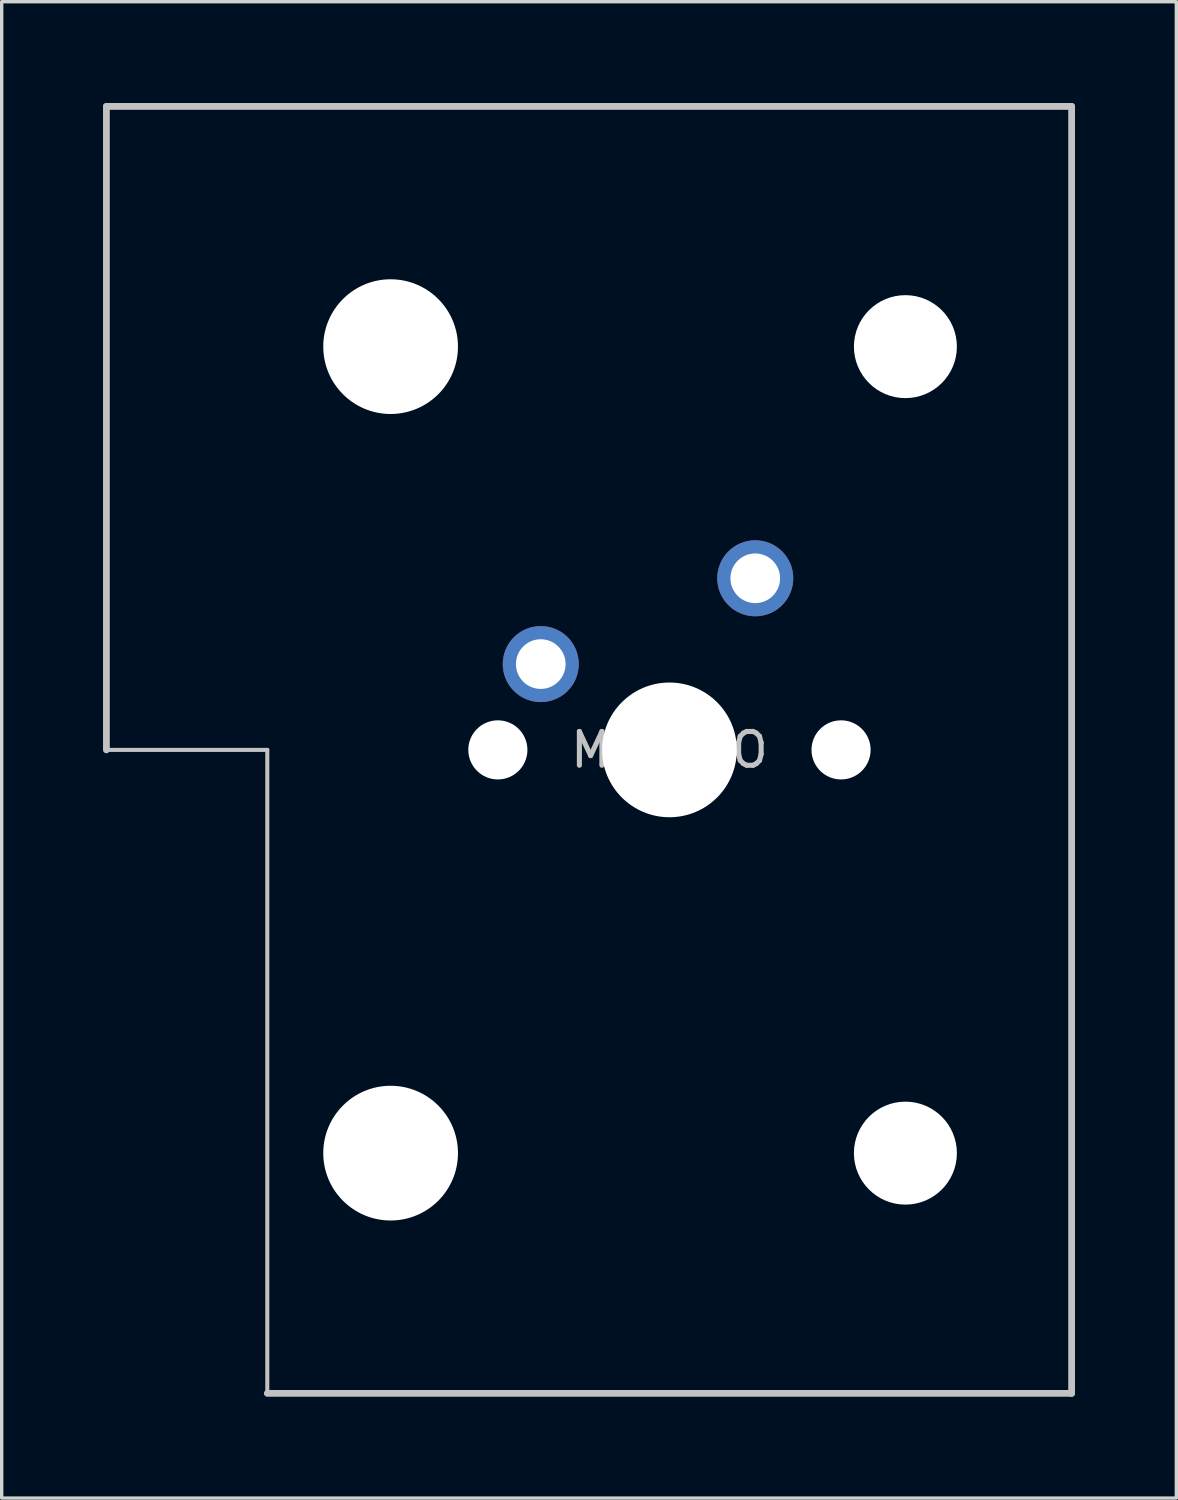
<source format=kicad_pcb>
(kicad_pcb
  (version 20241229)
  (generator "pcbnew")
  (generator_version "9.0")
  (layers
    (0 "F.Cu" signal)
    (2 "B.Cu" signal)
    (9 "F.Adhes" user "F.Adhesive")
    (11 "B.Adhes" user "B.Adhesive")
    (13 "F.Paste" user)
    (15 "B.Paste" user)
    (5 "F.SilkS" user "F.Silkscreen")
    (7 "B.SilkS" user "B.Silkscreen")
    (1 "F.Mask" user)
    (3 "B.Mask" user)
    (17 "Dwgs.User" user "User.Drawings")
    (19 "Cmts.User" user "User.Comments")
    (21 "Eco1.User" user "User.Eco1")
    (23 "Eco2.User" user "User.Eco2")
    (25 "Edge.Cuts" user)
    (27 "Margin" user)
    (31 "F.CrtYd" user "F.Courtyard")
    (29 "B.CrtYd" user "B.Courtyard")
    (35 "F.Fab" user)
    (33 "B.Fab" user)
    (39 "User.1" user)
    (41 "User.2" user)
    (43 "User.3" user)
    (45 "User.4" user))
  (footprint "MX-ISO"
    (layer "F.Cu")
    (at 16.769 19.15)
    (property "Reference" "MX-ISO" (at 0 0 0) (layer "Dwgs.User") (effects (font (size 1 1) (thickness 0.15))))
    (attr through_hole)
    (fp_line (start -16.669 0) (end -16.669 -19.05) (stroke (width 0.2) (type solid)) (layer "Dwgs.User"))
    (fp_line (start -11.906 0) (end -16.669 0) (stroke (width 0.12) (type solid)) (layer "Dwgs.User"))
    (fp_line (start -11.906 19.05) (end -11.906 0) (stroke (width 0.12) (type solid)) (layer "Dwgs.User"))
    (fp_line (start 11.906 -19.05) (end -16.669 -19.05) (stroke (width 0.2) (type solid)) (layer "Dwgs.User"))
    (fp_line (start 11.906 19.05) (end -11.906 19.05) (stroke (width 0.2) (type solid)) (layer "Dwgs.User"))
    (fp_line (start 11.906 19.05) (end 11.906 -19.05) (stroke (width 0.2) (type solid)) (layer "Dwgs.User"))
    (fp_line (start -10.25 -15.368) (end -10.25 15.368) (stroke (width 0.12) (type solid)) (layer "Eco1.User"))
    (fp_line (start -10.25 15.368) (end 8.95 15.368) (stroke (width 0.12) (type solid)) (layer "Eco1.User"))
    (fp_line (start -7 -8.508) (end 8.95 -8.508) (stroke (width 0.12) (type solid)) (layer "Eco1.User"))
    (fp_line (start -7 -7) (end -7 -8.508) (stroke (width 0.12) (type solid)) (layer "Eco1.User"))
    (fp_line (start -7 8.508) (end -7 7) (stroke (width 0.12) (type solid)) (layer "Eco1.User"))
    (fp_line (start 7 -7) (end -7 -7) (stroke (width 0.12) (type solid)) (layer "Eco1.User"))
    (fp_line (start 7 -7) (end 7 7) (stroke (width 0.12) (type solid)) (layer "Eco1.User"))
    (fp_line (start 7 7) (end -7 7) (stroke (width 0.12) (type solid)) (layer "Eco1.User"))
    (fp_line (start 8.95 -15.368) (end -10.25 -15.368) (stroke (width 0.12) (type solid)) (layer "Eco1.User"))
    (fp_line (start 8.95 -8.508) (end 8.95 -15.368) (stroke (width 0.12) (type solid)) (layer "Eco1.User"))
    (fp_line (start 8.95 8.508) (end -7 8.508) (stroke (width 0.12) (type solid)) (layer "Eco1.User"))
    (fp_line (start 8.95 15.368) (end 8.95 8.508) (stroke (width 0.12) (type solid)) (layer "Eco1.User"))
    (fp_circle (center 6.985 -11.938) (end 6.985 -9.438) (stroke (width 0.12) (type solid)) (fill no) (layer "Eco2.User"))
    (fp_circle (center 6.985 11.938) (end 6.985 14.438) (stroke (width 0.12) (type solid)) (fill no) (layer "Eco2.User"))
    (pad "" np_thru_hole circle (at -8.255 -11.938 270) (size 3.988 3.988) (drill 3.988) (layers "*.Cu" "*.Mask"))
    (pad "" np_thru_hole circle (at -8.255 11.938 270) (size 3.988 3.988) (drill 3.988) (layers "*.Cu" "*.Mask"))
    (pad "" np_thru_hole circle (at -5.08 0) (size 1.75 1.75) (drill 1.75) (layers "*.Cu" "*.Mask"))
    (pad "" np_thru_hole circle (at 0 0) (size 3.988 3.988) (drill 3.988) (layers "*.Cu" "*.Mask"))
    (pad "" np_thru_hole circle (at 5.08 0) (size 1.75 1.75) (drill 1.75) (layers "*.Cu" "*.Mask"))
    (pad "" np_thru_hole circle (at 6.985 -11.938 270) (size 3.048 3.048) (drill 3.048) (layers "*.Cu" "*.Mask"))
    (pad "" np_thru_hole circle (at 6.985 11.938 270) (size 3.048 3.048) (drill 3.048) (layers "*.Cu" "*.Mask"))
    (pad "1" thru_hole circle (at 2.54 -5.08) (size 2.25 2.25) (drill 1.47) (layers "*.Cu" "B.Mask"))
    (pad "2" thru_hole circle (at -3.81 -2.54) (size 2.25 2.25) (drill 1.47) (layers "*.Cu" "B.Mask")))
  (gr_rect
    (start -3 -3)
    (end 31.775 41.3)
    (stroke (width 0.1) (type default))
    (fill no)
    (layer "Edge.Cuts")))
</source>
